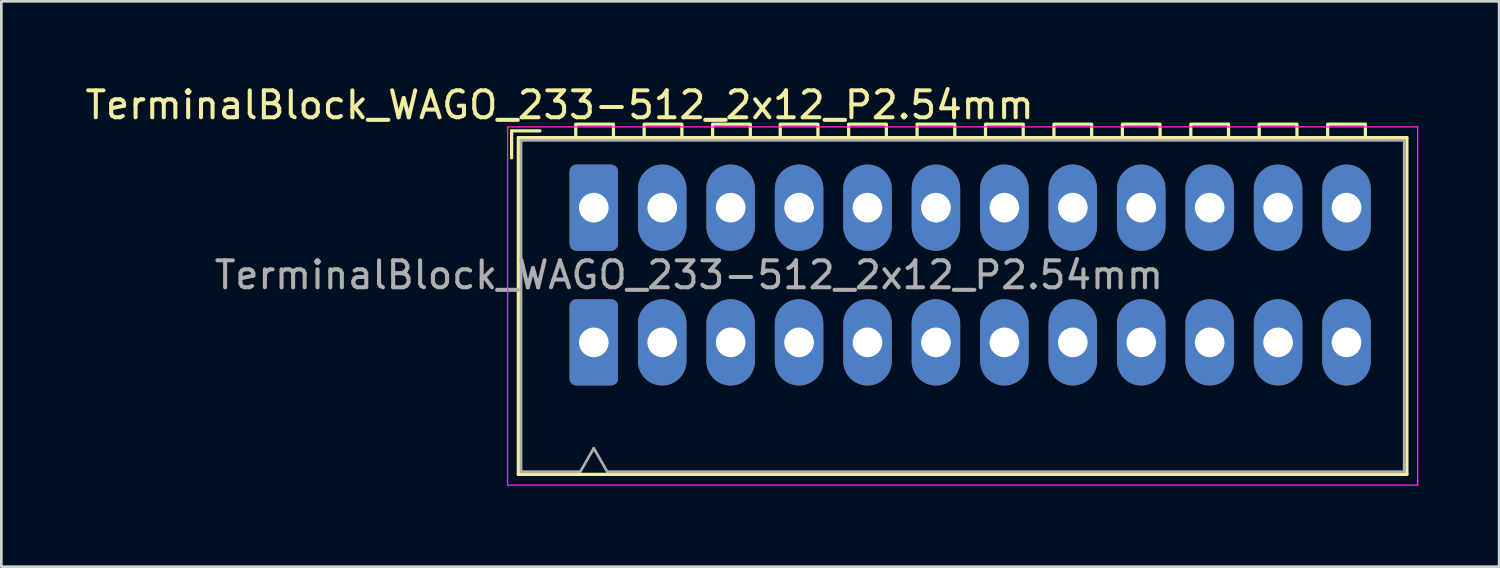
<source format=kicad_pcb>
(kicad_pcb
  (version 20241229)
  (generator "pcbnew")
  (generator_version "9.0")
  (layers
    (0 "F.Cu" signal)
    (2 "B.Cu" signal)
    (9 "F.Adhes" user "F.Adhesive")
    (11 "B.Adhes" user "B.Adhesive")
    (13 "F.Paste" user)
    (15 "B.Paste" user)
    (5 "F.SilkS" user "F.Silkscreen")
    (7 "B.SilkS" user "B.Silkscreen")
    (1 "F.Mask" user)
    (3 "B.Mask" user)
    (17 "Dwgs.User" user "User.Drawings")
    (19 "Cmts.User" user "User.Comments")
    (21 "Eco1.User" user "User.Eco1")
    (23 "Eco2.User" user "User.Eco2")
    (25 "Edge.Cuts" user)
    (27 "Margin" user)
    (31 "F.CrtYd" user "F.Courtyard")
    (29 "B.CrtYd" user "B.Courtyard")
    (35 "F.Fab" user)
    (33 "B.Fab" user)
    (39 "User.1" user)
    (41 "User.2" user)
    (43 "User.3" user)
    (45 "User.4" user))
  (footprint "TerminalBlock_WAGO_233-512_2x12_P2.54mm"
    (layer "F.Cu")
    (at 18.99 4.658)
    (property "Reference" "TerminalBlock_WAGO_233-512_2x12_P2.54mm" (at -1.27 -3.81 0) (layer "F.SilkS") (effects (font (size 1 1) (thickness 0.15))))
    (attr through_hole)
    (fp_line (start -3.05 -2.85) (end -3.05 -1.85) (stroke (width 0.12) (type default)) (layer "F.SilkS"))
    (fp_line (start -3.05 -2.85) (end -2 -2.85) (stroke (width 0.12) (type default)) (layer "F.SilkS"))
    (fp_line (start -2.8 -2.6) (end 30.18 -2.6) (stroke (width 0.12) (type solid)) (layer "F.SilkS"))
    (fp_line (start -2.8 9.9) (end -2.8 -2.6) (stroke (width 0.12) (type solid)) (layer "F.SilkS"))
    (fp_line (start 30.18 -2.6) (end 30.18 9.9) (stroke (width 0.12) (type solid)) (layer "F.SilkS"))
    (fp_line (start 30.18 9.9) (end -2.8 9.9) (stroke (width 0.12) (type solid)) (layer "F.SilkS"))
    (fp_rect (start -0.67 -3.1) (end 0.73 -2.6) (stroke (width 0.12) (type default)) (fill no) (layer "F.SilkS"))
    (fp_rect (start 1.87 -3.1) (end 3.27 -2.6) (stroke (width 0.12) (type default)) (fill no) (layer "F.SilkS"))
    (fp_rect (start 4.41 -3.1) (end 5.81 -2.6) (stroke (width 0.12) (type default)) (fill no) (layer "F.SilkS"))
    (fp_rect (start 6.92 -3.1) (end 8.32 -2.6) (stroke (width 0.12) (type default)) (fill no) (layer "F.SilkS"))
    (fp_rect (start 9.46 -3.101) (end 10.86 -2.601) (stroke (width 0.12) (type default)) (fill no) (layer "F.SilkS"))
    (fp_rect (start 12 -3.101) (end 13.4 -2.601) (stroke (width 0.12) (type default)) (fill no) (layer "F.SilkS"))
    (fp_rect (start 14.54 -3.1) (end 15.94 -2.6) (stroke (width 0.12) (type default)) (fill no) (layer "F.SilkS"))
    (fp_rect (start 17.08 -3.1) (end 18.48 -2.6) (stroke (width 0.12) (type default)) (fill no) (layer "F.SilkS"))
    (fp_rect (start 19.62 -3.1) (end 21.02 -2.6) (stroke (width 0.12) (type default)) (fill no) (layer "F.SilkS"))
    (fp_rect (start 22.16 -3.1) (end 23.56 -2.6) (stroke (width 0.12) (type default)) (fill no) (layer "F.SilkS"))
    (fp_rect (start 24.7 -3.1) (end 26.1 -2.6) (stroke (width 0.12) (type default)) (fill no) (layer "F.SilkS"))
    (fp_rect (start 27.24 -3.1) (end 28.64 -2.6) (stroke (width 0.12) (type default)) (fill no) (layer "F.SilkS"))
    (fp_line (start -3.2 -3) (end 30.58 -3) (stroke (width 0.05) (type solid)) (layer "F.CrtYd"))
    (fp_line (start -3.2 10.3) (end -3.2 -3) (stroke (width 0.05) (type solid)) (layer "F.CrtYd"))
    (fp_line (start 30.58 -3) (end 30.58 10.3) (stroke (width 0.05) (type solid)) (layer "F.CrtYd"))
    (fp_line (start 30.58 10.3) (end -3.2 10.3) (stroke (width 0.05) (type solid)) (layer "F.CrtYd"))
    (fp_line (start -2.7 -2.5) (end 30.08 -2.5) (stroke (width 0.1) (type default)) (layer "F.Fab"))
    (fp_line (start -2.7 9.8) (end -2.7 -2.5) (stroke (width 0.1) (type default)) (layer "F.Fab"))
    (fp_line (start -2.7 9.8) (end -0.5 9.8) (stroke (width 0.1) (type default)) (layer "F.Fab"))
    (fp_line (start 0 8.93) (end -0.5 9.8) (stroke (width 0.1) (type default)) (layer "F.Fab"))
    (fp_line (start 0.5 9.8) (end 0 8.93) (stroke (width 0.1) (type default)) (layer "F.Fab"))
    (fp_line (start 0.5 9.8) (end 30.08 9.8) (stroke (width 0.1) (type default)) (layer "F.Fab"))
    (fp_line (start 30.08 -2.5) (end 30.08 9.8) (stroke (width 0.1) (type default)) (layer "F.Fab"))
    (fp_text user "${REFERENCE}" (at 3.53 2.5 0) (layer "F.Fab") (effects (font (size 1 1) (thickness 0.15))))
    (pad "1" thru_hole roundrect (at 0 0) (size 1.8 3.2) (drill 1.1) (layers "*.Cu" "*.Mask") (roundrect_rratio 0.139))
    (pad "1" thru_hole roundrect (at 0 5) (size 1.8 3.2) (drill 1.1) (layers "*.Cu" "*.Mask") (roundrect_rratio 0.139))
    (pad "2" thru_hole oval (at 2.54 0) (size 1.8 3.2) (drill 1.1) (layers "*.Cu" "*.Mask"))
    (pad "2" thru_hole oval (at 2.54 5) (size 1.8 3.2) (drill 1.1) (layers "*.Cu" "*.Mask"))
    (pad "3" thru_hole oval (at 5.08 0) (size 1.8 3.2) (drill 1.1) (layers "*.Cu" "*.Mask"))
    (pad "3" thru_hole oval (at 5.08 5) (size 1.8 3.2) (drill 1.1) (layers "*.Cu" "*.Mask"))
    (pad "4" thru_hole oval (at 7.62 0) (size 1.8 3.2) (drill 1.1) (layers "*.Cu" "*.Mask"))
    (pad "4" thru_hole oval (at 7.62 5) (size 1.8 3.2) (drill 1.1) (layers "*.Cu" "*.Mask"))
    (pad "5" thru_hole oval (at 10.16 0) (size 1.8 3.2) (drill 1.1) (layers "*.Cu" "*.Mask"))
    (pad "5" thru_hole oval (at 10.16 5) (size 1.8 3.2) (drill 1.1) (layers "*.Cu" "*.Mask"))
    (pad "6" thru_hole oval (at 12.7 0) (size 1.8 3.2) (drill 1.1) (layers "*.Cu" "*.Mask"))
    (pad "6" thru_hole oval (at 12.7 5) (size 1.8 3.2) (drill 1.1) (layers "*.Cu" "*.Mask"))
    (pad "7" thru_hole oval (at 15.24 0) (size 1.8 3.2) (drill 1.1) (layers "*.Cu" "*.Mask"))
    (pad "7" thru_hole oval (at 15.24 5) (size 1.8 3.2) (drill 1.1) (layers "*.Cu" "*.Mask"))
    (pad "8" thru_hole oval (at 17.78 0) (size 1.8 3.2) (drill 1.1) (layers "*.Cu" "*.Mask"))
    (pad "8" thru_hole oval (at 17.78 5) (size 1.8 3.2) (drill 1.1) (layers "*.Cu" "*.Mask"))
    (pad "9" thru_hole oval (at 20.32 0) (size 1.8 3.2) (drill 1.1) (layers "*.Cu" "*.Mask"))
    (pad "9" thru_hole oval (at 20.32 5) (size 1.8 3.2) (drill 1.1) (layers "*.Cu" "*.Mask"))
    (pad "10" thru_hole oval (at 22.86 0) (size 1.8 3.2) (drill 1.1) (layers "*.Cu" "*.Mask"))
    (pad "10" thru_hole oval (at 22.86 5) (size 1.8 3.2) (drill 1.1) (layers "*.Cu" "*.Mask"))
    (pad "11" thru_hole oval (at 25.4 0) (size 1.8 3.2) (drill 1.1) (layers "*.Cu" "*.Mask"))
    (pad "11" thru_hole oval (at 25.4 5) (size 1.8 3.2) (drill 1.1) (layers "*.Cu" "*.Mask"))
    (pad "12" thru_hole oval (at 27.94 0) (size 1.8 3.2) (drill 1.1) (layers "*.Cu" "*.Mask"))
    (pad "12" thru_hole oval (at 27.94 5) (size 1.8 3.2) (drill 1.1) (layers "*.Cu" "*.Mask")))
  (gr_rect
    (start -3 -3)
    (end 52.595 17.983)
    (stroke (width 0.1) (type default))
    (fill no)
    (layer "Edge.Cuts")))
</source>
